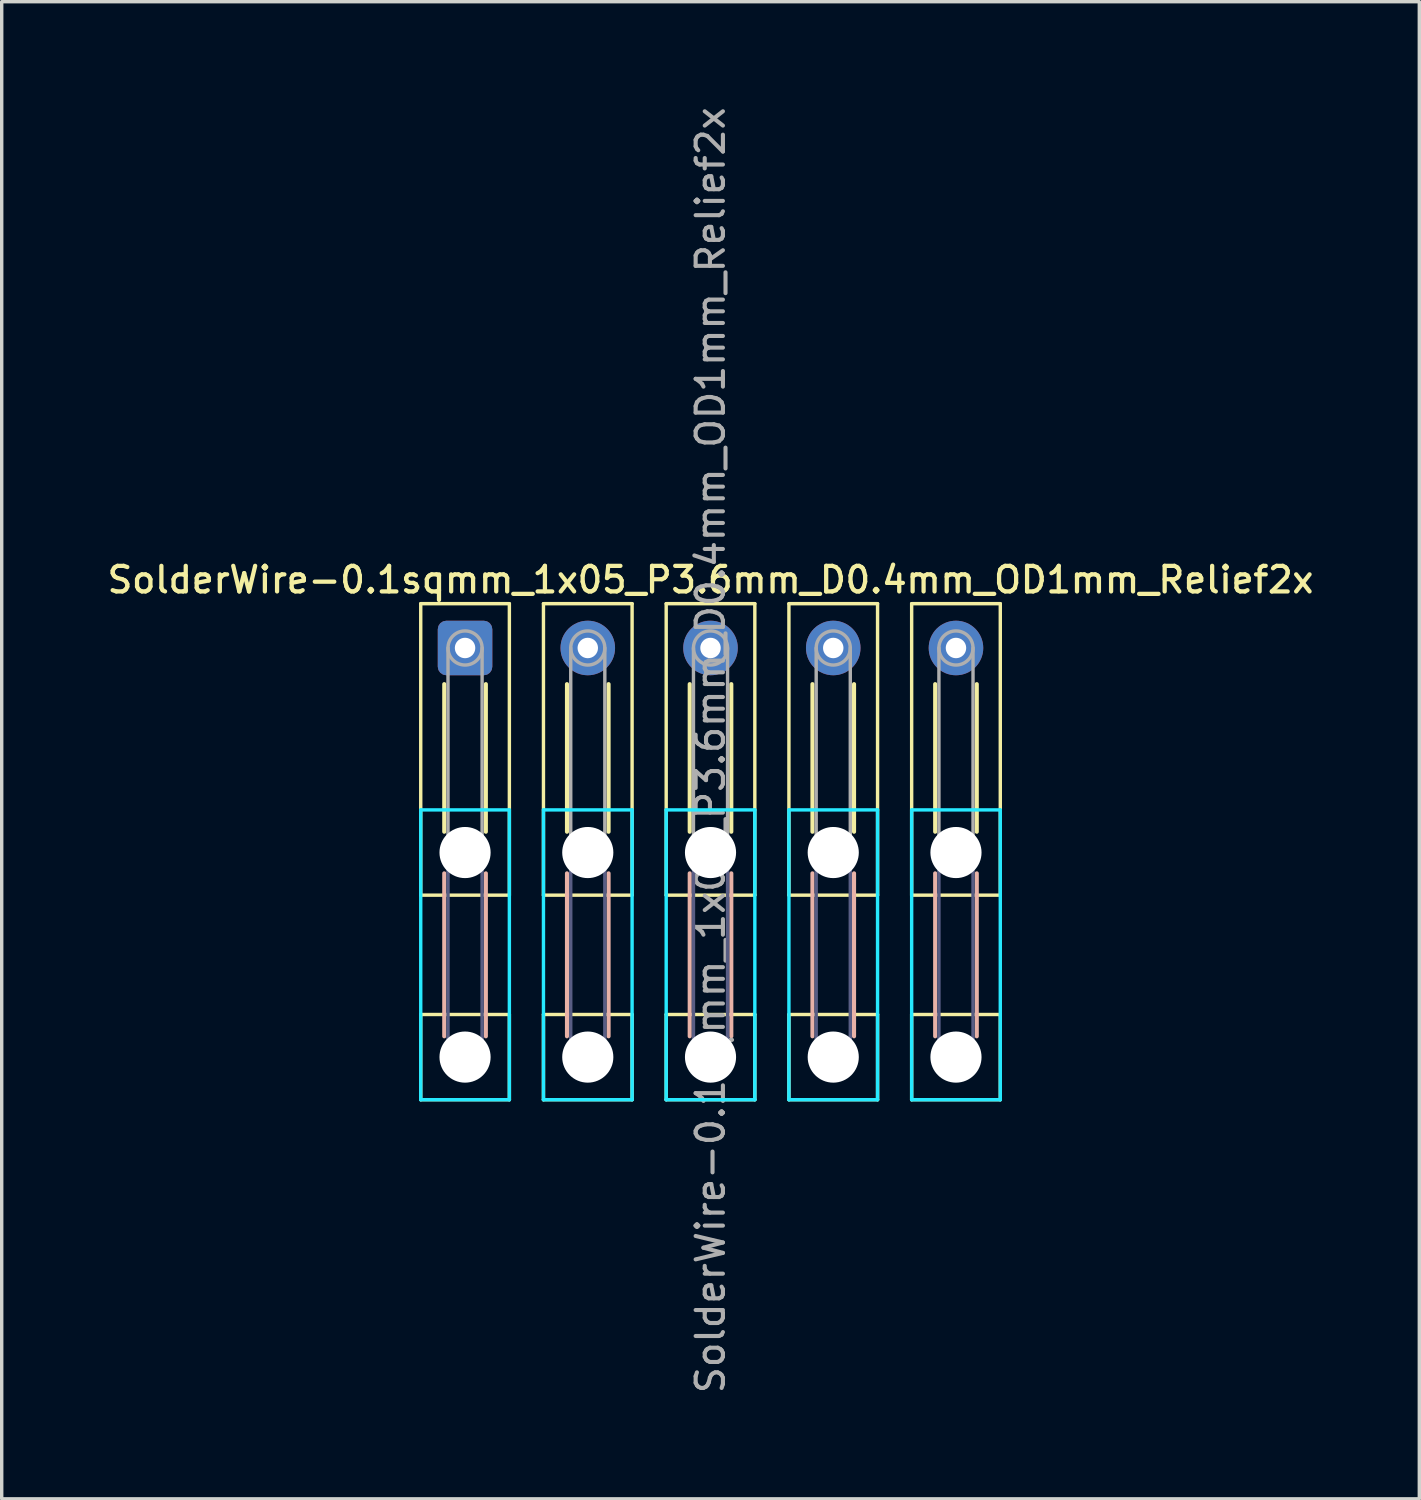
<source format=kicad_pcb>
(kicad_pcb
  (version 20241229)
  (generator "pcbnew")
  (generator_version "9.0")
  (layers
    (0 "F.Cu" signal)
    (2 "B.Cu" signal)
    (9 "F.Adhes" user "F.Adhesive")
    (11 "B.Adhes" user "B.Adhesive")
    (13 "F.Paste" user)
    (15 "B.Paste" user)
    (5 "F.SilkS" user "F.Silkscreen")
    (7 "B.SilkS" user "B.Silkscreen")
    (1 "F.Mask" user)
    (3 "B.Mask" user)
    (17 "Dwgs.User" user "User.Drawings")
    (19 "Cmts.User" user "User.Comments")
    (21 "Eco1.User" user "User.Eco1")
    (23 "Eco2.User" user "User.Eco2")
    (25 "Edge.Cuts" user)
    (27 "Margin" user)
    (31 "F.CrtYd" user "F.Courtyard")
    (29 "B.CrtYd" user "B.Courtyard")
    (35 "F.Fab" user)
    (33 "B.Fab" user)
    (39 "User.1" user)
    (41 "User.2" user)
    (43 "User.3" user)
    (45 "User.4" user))
  (footprint "SolderWire-0.1sqmm_1x05_P3.6mm_D0.4mm_OD1mm_Relief2x"
    (layer "F.Cu")
    (at 10.591 15.957)
    (property "Reference" "SolderWire-0.1sqmm_1x05_P3.6mm_D0.4mm_OD1mm_Relief2x" (at 7.2 -2 0) (layer "F.SilkS") (effects (font (size 0.75 0.75) (thickness 0.125))))
    (attr exclude_from_pos_files exclude_from_bom)
    (fp_line (start -1.3 -1.3) (end -1.3 7.25) (stroke (width 0.1) (type solid)) (layer "F.SilkS"))
    (fp_line (start -1.3 7.25) (end 1.3 7.25) (stroke (width 0.1) (type solid)) (layer "F.SilkS"))
    (fp_line (start -1.3 10.75) (end -1.3 13.25) (stroke (width 0.1) (type solid)) (layer "F.SilkS"))
    (fp_line (start -1.3 13.25) (end 1.3 13.25) (stroke (width 0.1) (type solid)) (layer "F.SilkS"))
    (fp_line (start -0.61 1.06) (end -0.61 5.39) (stroke (width 0.12) (type solid)) (layer "F.SilkS"))
    (fp_line (start 0.61 1.06) (end 0.61 5.39) (stroke (width 0.12) (type solid)) (layer "F.SilkS"))
    (fp_line (start 1.3 -1.3) (end -1.3 -1.3) (stroke (width 0.1) (type solid)) (layer "F.SilkS"))
    (fp_line (start 1.3 7.25) (end 1.3 -1.3) (stroke (width 0.1) (type solid)) (layer "F.SilkS"))
    (fp_line (start 1.3 10.75) (end -1.3 10.75) (stroke (width 0.1) (type solid)) (layer "F.SilkS"))
    (fp_line (start 1.3 13.25) (end 1.3 10.75) (stroke (width 0.1) (type solid)) (layer "F.SilkS"))
    (fp_line (start 2.3 -1.3) (end 2.3 7.25) (stroke (width 0.1) (type solid)) (layer "F.SilkS"))
    (fp_line (start 2.3 7.25) (end 4.9 7.25) (stroke (width 0.1) (type solid)) (layer "F.SilkS"))
    (fp_line (start 2.3 10.75) (end 2.3 13.25) (stroke (width 0.1) (type solid)) (layer "F.SilkS"))
    (fp_line (start 2.3 13.25) (end 4.9 13.25) (stroke (width 0.1) (type solid)) (layer "F.SilkS"))
    (fp_line (start 2.99 1.06) (end 2.99 5.39) (stroke (width 0.12) (type solid)) (layer "F.SilkS"))
    (fp_line (start 4.21 1.06) (end 4.21 5.39) (stroke (width 0.12) (type solid)) (layer "F.SilkS"))
    (fp_line (start 4.9 -1.3) (end 2.3 -1.3) (stroke (width 0.1) (type solid)) (layer "F.SilkS"))
    (fp_line (start 4.9 7.25) (end 4.9 -1.3) (stroke (width 0.1) (type solid)) (layer "F.SilkS"))
    (fp_line (start 4.9 10.75) (end 2.3 10.75) (stroke (width 0.1) (type solid)) (layer "F.SilkS"))
    (fp_line (start 4.9 13.25) (end 4.9 10.75) (stroke (width 0.1) (type solid)) (layer "F.SilkS"))
    (fp_line (start 5.9 -1.3) (end 5.9 7.25) (stroke (width 0.1) (type solid)) (layer "F.SilkS"))
    (fp_line (start 5.9 7.25) (end 8.5 7.25) (stroke (width 0.1) (type solid)) (layer "F.SilkS"))
    (fp_line (start 5.9 10.75) (end 5.9 13.25) (stroke (width 0.1) (type solid)) (layer "F.SilkS"))
    (fp_line (start 5.9 13.25) (end 8.5 13.25) (stroke (width 0.1) (type solid)) (layer "F.SilkS"))
    (fp_line (start 6.59 1.06) (end 6.59 5.39) (stroke (width 0.12) (type solid)) (layer "F.SilkS"))
    (fp_line (start 7.81 1.06) (end 7.81 5.39) (stroke (width 0.12) (type solid)) (layer "F.SilkS"))
    (fp_line (start 8.5 -1.3) (end 5.9 -1.3) (stroke (width 0.1) (type solid)) (layer "F.SilkS"))
    (fp_line (start 8.5 7.25) (end 8.5 -1.3) (stroke (width 0.1) (type solid)) (layer "F.SilkS"))
    (fp_line (start 8.5 10.75) (end 5.9 10.75) (stroke (width 0.1) (type solid)) (layer "F.SilkS"))
    (fp_line (start 8.5 13.25) (end 8.5 10.75) (stroke (width 0.1) (type solid)) (layer "F.SilkS"))
    (fp_line (start 9.5 -1.3) (end 9.5 7.25) (stroke (width 0.1) (type solid)) (layer "F.SilkS"))
    (fp_line (start 9.5 7.25) (end 12.1 7.25) (stroke (width 0.1) (type solid)) (layer "F.SilkS"))
    (fp_line (start 9.5 10.75) (end 9.5 13.25) (stroke (width 0.1) (type solid)) (layer "F.SilkS"))
    (fp_line (start 9.5 13.25) (end 12.1 13.25) (stroke (width 0.1) (type solid)) (layer "F.SilkS"))
    (fp_line (start 10.19 1.06) (end 10.19 5.39) (stroke (width 0.12) (type solid)) (layer "F.SilkS"))
    (fp_line (start 11.41 1.06) (end 11.41 5.39) (stroke (width 0.12) (type solid)) (layer "F.SilkS"))
    (fp_line (start 12.1 -1.3) (end 9.5 -1.3) (stroke (width 0.1) (type solid)) (layer "F.SilkS"))
    (fp_line (start 12.1 7.25) (end 12.1 -1.3) (stroke (width 0.1) (type solid)) (layer "F.SilkS"))
    (fp_line (start 12.1 10.75) (end 9.5 10.75) (stroke (width 0.1) (type solid)) (layer "F.SilkS"))
    (fp_line (start 12.1 13.25) (end 12.1 10.75) (stroke (width 0.1) (type solid)) (layer "F.SilkS"))
    (fp_line (start 13.1 -1.3) (end 13.1 7.25) (stroke (width 0.1) (type solid)) (layer "F.SilkS"))
    (fp_line (start 13.1 7.25) (end 15.7 7.25) (stroke (width 0.1) (type solid)) (layer "F.SilkS"))
    (fp_line (start 13.1 10.75) (end 13.1 13.25) (stroke (width 0.1) (type solid)) (layer "F.SilkS"))
    (fp_line (start 13.1 13.25) (end 15.7 13.25) (stroke (width 0.1) (type solid)) (layer "F.SilkS"))
    (fp_line (start 13.79 1.06) (end 13.79 5.39) (stroke (width 0.12) (type solid)) (layer "F.SilkS"))
    (fp_line (start 15.01 1.06) (end 15.01 5.39) (stroke (width 0.12) (type solid)) (layer "F.SilkS"))
    (fp_line (start 15.7 -1.3) (end 13.1 -1.3) (stroke (width 0.1) (type solid)) (layer "F.SilkS"))
    (fp_line (start 15.7 7.25) (end 15.7 -1.3) (stroke (width 0.1) (type solid)) (layer "F.SilkS"))
    (fp_line (start 15.7 10.75) (end 13.1 10.75) (stroke (width 0.1) (type solid)) (layer "F.SilkS"))
    (fp_line (start 15.7 13.25) (end 15.7 10.75) (stroke (width 0.1) (type solid)) (layer "F.SilkS"))
    (fp_line (start -0.61 6.61) (end -0.61 11.39) (stroke (width 0.12) (type solid)) (layer "B.SilkS"))
    (fp_line (start 0.61 6.61) (end 0.61 11.39) (stroke (width 0.12) (type solid)) (layer "B.SilkS"))
    (fp_line (start 2.99 6.61) (end 2.99 11.39) (stroke (width 0.12) (type solid)) (layer "B.SilkS"))
    (fp_line (start 4.21 6.61) (end 4.21 11.39) (stroke (width 0.12) (type solid)) (layer "B.SilkS"))
    (fp_line (start 6.59 6.61) (end 6.59 11.39) (stroke (width 0.12) (type solid)) (layer "B.SilkS"))
    (fp_line (start 7.81 6.61) (end 7.81 11.39) (stroke (width 0.12) (type solid)) (layer "B.SilkS"))
    (fp_line (start 10.19 6.61) (end 10.19 11.39) (stroke (width 0.12) (type solid)) (layer "B.SilkS"))
    (fp_line (start 11.41 6.61) (end 11.41 11.39) (stroke (width 0.12) (type solid)) (layer "B.SilkS"))
    (fp_line (start 13.79 6.61) (end 13.79 11.39) (stroke (width 0.12) (type solid)) (layer "B.SilkS"))
    (fp_line (start 15.01 6.61) (end 15.01 11.39) (stroke (width 0.12) (type solid)) (layer "B.SilkS"))
    (fp_line (start -1.3 4.75) (end -1.3 13.25) (stroke (width 0.1) (type solid)) (layer "B.CrtYd"))
    (fp_line (start -1.3 13.25) (end 1.3 13.25) (stroke (width 0.1) (type solid)) (layer "B.CrtYd"))
    (fp_line (start 1.3 4.75) (end -1.3 4.75) (stroke (width 0.1) (type solid)) (layer "B.CrtYd"))
    (fp_line (start 1.3 13.25) (end 1.3 4.75) (stroke (width 0.1) (type solid)) (layer "B.CrtYd"))
    (fp_line (start 2.3 4.75) (end 2.3 13.25) (stroke (width 0.1) (type solid)) (layer "B.CrtYd"))
    (fp_line (start 2.3 13.25) (end 4.9 13.25) (stroke (width 0.1) (type solid)) (layer "B.CrtYd"))
    (fp_line (start 4.9 4.75) (end 2.3 4.75) (stroke (width 0.1) (type solid)) (layer "B.CrtYd"))
    (fp_line (start 4.9 13.25) (end 4.9 4.75) (stroke (width 0.1) (type solid)) (layer "B.CrtYd"))
    (fp_line (start 5.9 4.75) (end 5.9 13.25) (stroke (width 0.1) (type solid)) (layer "B.CrtYd"))
    (fp_line (start 5.9 13.25) (end 8.5 13.25) (stroke (width 0.1) (type solid)) (layer "B.CrtYd"))
    (fp_line (start 8.5 4.75) (end 5.9 4.75) (stroke (width 0.1) (type solid)) (layer "B.CrtYd"))
    (fp_line (start 8.5 13.25) (end 8.5 4.75) (stroke (width 0.1) (type solid)) (layer "B.CrtYd"))
    (fp_line (start 9.5 4.75) (end 9.5 13.25) (stroke (width 0.1) (type solid)) (layer "B.CrtYd"))
    (fp_line (start 9.5 13.25) (end 12.1 13.25) (stroke (width 0.1) (type solid)) (layer "B.CrtYd"))
    (fp_line (start 12.1 4.75) (end 9.5 4.75) (stroke (width 0.1) (type solid)) (layer "B.CrtYd"))
    (fp_line (start 12.1 13.25) (end 12.1 4.75) (stroke (width 0.1) (type solid)) (layer "B.CrtYd"))
    (fp_line (start 13.1 4.75) (end 13.1 13.25) (stroke (width 0.1) (type solid)) (layer "B.CrtYd"))
    (fp_line (start 13.1 13.25) (end 15.7 13.25) (stroke (width 0.1) (type solid)) (layer "B.CrtYd"))
    (fp_line (start 15.7 4.75) (end 13.1 4.75) (stroke (width 0.1) (type solid)) (layer "B.CrtYd"))
    (fp_line (start 15.7 13.25) (end 15.7 4.75) (stroke (width 0.1) (type solid)) (layer "B.CrtYd"))
    (fp_line (start -0.5 6) (end -0.5 12) (stroke (width 0.1) (type solid)) (layer "B.Fab"))
    (fp_line (start 0.5 6) (end 0.5 12) (stroke (width 0.1) (type solid)) (layer "B.Fab"))
    (fp_line (start 3.1 6) (end 3.1 12) (stroke (width 0.1) (type solid)) (layer "B.Fab"))
    (fp_line (start 4.1 6) (end 4.1 12) (stroke (width 0.1) (type solid)) (layer "B.Fab"))
    (fp_line (start 6.7 6) (end 6.7 12) (stroke (width 0.1) (type solid)) (layer "B.Fab"))
    (fp_line (start 7.7 6) (end 7.7 12) (stroke (width 0.1) (type solid)) (layer "B.Fab"))
    (fp_line (start 10.3 6) (end 10.3 12) (stroke (width 0.1) (type solid)) (layer "B.Fab"))
    (fp_line (start 11.3 6) (end 11.3 12) (stroke (width 0.1) (type solid)) (layer "B.Fab"))
    (fp_line (start 13.9 6) (end 13.9 12) (stroke (width 0.1) (type solid)) (layer "B.Fab"))
    (fp_line (start 14.9 6) (end 14.9 12) (stroke (width 0.1) (type solid)) (layer "B.Fab"))
    (fp_circle (center 0 6) (end 0.5 6) (stroke (width 0.1) (type solid)) (fill no) (layer "B.Fab"))
    (fp_circle (center 0 12) (end 0.5 12) (stroke (width 0.1) (type solid)) (fill no) (layer "B.Fab"))
    (fp_circle (center 3.6 6) (end 4.1 6) (stroke (width 0.1) (type solid)) (fill no) (layer "B.Fab"))
    (fp_circle (center 3.6 12) (end 4.1 12) (stroke (width 0.1) (type solid)) (fill no) (layer "B.Fab"))
    (fp_circle (center 7.2 6) (end 7.7 6) (stroke (width 0.1) (type solid)) (fill no) (layer "B.Fab"))
    (fp_circle (center 7.2 12) (end 7.7 12) (stroke (width 0.1) (type solid)) (fill no) (layer "B.Fab"))
    (fp_circle (center 10.8 6) (end 11.3 6) (stroke (width 0.1) (type solid)) (fill no) (layer "B.Fab"))
    (fp_circle (center 10.8 12) (end 11.3 12) (stroke (width 0.1) (type solid)) (fill no) (layer "B.Fab"))
    (fp_circle (center 14.4 6) (end 14.9 6) (stroke (width 0.1) (type solid)) (fill no) (layer "B.Fab"))
    (fp_circle (center 14.4 12) (end 14.9 12) (stroke (width 0.1) (type solid)) (fill no) (layer "B.Fab"))
    (fp_line (start -0.5 0) (end -0.5 6) (stroke (width 0.1) (type solid)) (layer "F.Fab"))
    (fp_line (start 0.5 0) (end 0.5 6) (stroke (width 0.1) (type solid)) (layer "F.Fab"))
    (fp_line (start 3.1 0) (end 3.1 6) (stroke (width 0.1) (type solid)) (layer "F.Fab"))
    (fp_line (start 4.1 0) (end 4.1 6) (stroke (width 0.1) (type solid)) (layer "F.Fab"))
    (fp_line (start 6.7 0) (end 6.7 6) (stroke (width 0.1) (type solid)) (layer "F.Fab"))
    (fp_line (start 7.7 0) (end 7.7 6) (stroke (width 0.1) (type solid)) (layer "F.Fab"))
    (fp_line (start 10.3 0) (end 10.3 6) (stroke (width 0.1) (type solid)) (layer "F.Fab"))
    (fp_line (start 11.3 0) (end 11.3 6) (stroke (width 0.1) (type solid)) (layer "F.Fab"))
    (fp_line (start 13.9 0) (end 13.9 6) (stroke (width 0.1) (type solid)) (layer "F.Fab"))
    (fp_line (start 14.9 0) (end 14.9 6) (stroke (width 0.1) (type solid)) (layer "F.Fab"))
    (fp_circle (center 0 0) (end 0.5 0) (stroke (width 0.1) (type solid)) (fill no) (layer "F.Fab"))
    (fp_circle (center 0 6) (end 0.5 6) (stroke (width 0.1) (type solid)) (fill no) (layer "F.Fab"))
    (fp_circle (center 0 12) (end 0.5 12) (stroke (width 0.1) (type solid)) (fill no) (layer "F.Fab"))
    (fp_circle (center 3.6 0) (end 4.1 0) (stroke (width 0.1) (type solid)) (fill no) (layer "F.Fab"))
    (fp_circle (center 3.6 6) (end 4.1 6) (stroke (width 0.1) (type solid)) (fill no) (layer "F.Fab"))
    (fp_circle (center 3.6 12) (end 4.1 12) (stroke (width 0.1) (type solid)) (fill no) (layer "F.Fab"))
    (fp_circle (center 7.2 0) (end 7.7 0) (stroke (width 0.1) (type solid)) (fill no) (layer "F.Fab"))
    (fp_circle (center 7.2 6) (end 7.7 6) (stroke (width 0.1) (type solid)) (fill no) (layer "F.Fab"))
    (fp_circle (center 7.2 12) (end 7.7 12) (stroke (width 0.1) (type solid)) (fill no) (layer "F.Fab"))
    (fp_circle (center 10.8 0) (end 11.3 0) (stroke (width 0.1) (type solid)) (fill no) (layer "F.Fab"))
    (fp_circle (center 10.8 6) (end 11.3 6) (stroke (width 0.1) (type solid)) (fill no) (layer "F.Fab"))
    (fp_circle (center 10.8 12) (end 11.3 12) (stroke (width 0.1) (type solid)) (fill no) (layer "F.Fab"))
    (fp_circle (center 14.4 0) (end 14.9 0) (stroke (width 0.1) (type solid)) (fill no) (layer "F.Fab"))
    (fp_circle (center 14.4 6) (end 14.9 6) (stroke (width 0.1) (type solid)) (fill no) (layer "F.Fab"))
    (fp_circle (center 14.4 12) (end 14.9 12) (stroke (width 0.1) (type solid)) (fill no) (layer "F.Fab"))
    (fp_text user "${REFERENCE}" (at 7.2 3 90) (layer "F.Fab") (effects (font (size 0.8 0.8) (thickness 0.12))))
    (pad "" np_thru_hole circle (at 0 6) (size 1.5 1.5) (drill 1.5) (layers "*.Cu" "*.Mask"))
    (pad "" np_thru_hole circle (at 0 12) (size 1.5 1.5) (drill 1.5) (layers "*.Cu" "*.Mask"))
    (pad "" np_thru_hole circle (at 3.6 6) (size 1.5 1.5) (drill 1.5) (layers "*.Cu" "*.Mask"))
    (pad "" np_thru_hole circle (at 3.6 12) (size 1.5 1.5) (drill 1.5) (layers "*.Cu" "*.Mask"))
    (pad "" np_thru_hole circle (at 7.2 6) (size 1.5 1.5) (drill 1.5) (layers "*.Cu" "*.Mask"))
    (pad "" np_thru_hole circle (at 7.2 12) (size 1.5 1.5) (drill 1.5) (layers "*.Cu" "*.Mask"))
    (pad "" np_thru_hole circle (at 10.8 6) (size 1.5 1.5) (drill 1.5) (layers "*.Cu" "*.Mask"))
    (pad "" np_thru_hole circle (at 10.8 12) (size 1.5 1.5) (drill 1.5) (layers "*.Cu" "*.Mask"))
    (pad "" np_thru_hole circle (at 14.4 6) (size 1.5 1.5) (drill 1.5) (layers "*.Cu" "*.Mask"))
    (pad "" np_thru_hole circle (at 14.4 12) (size 1.5 1.5) (drill 1.5) (layers "*.Cu" "*.Mask"))
    (pad "1" thru_hole roundrect (at 0 0) (size 1.6 1.6) (drill 0.6) (layers "*.Cu" "*.Mask") (roundrect_rratio 0.156))
    (pad "2" thru_hole circle (at 3.6 0) (size 1.6 1.6) (drill 0.6) (layers "*.Cu" "*.Mask"))
    (pad "3" thru_hole circle (at 7.2 0) (size 1.6 1.6) (drill 0.6) (layers "*.Cu" "*.Mask"))
    (pad "4" thru_hole circle (at 10.8 0) (size 1.6 1.6) (drill 0.6) (layers "*.Cu" "*.Mask"))
    (pad "5" thru_hole circle (at 14.4 0) (size 1.6 1.6) (drill 0.6) (layers "*.Cu" "*.Mask")))
  (gr_rect
    (start -3 -3)
    (end 38.582 40.914)
    (stroke (width 0.1) (type default))
    (fill no)
    (layer "Edge.Cuts")))
</source>
